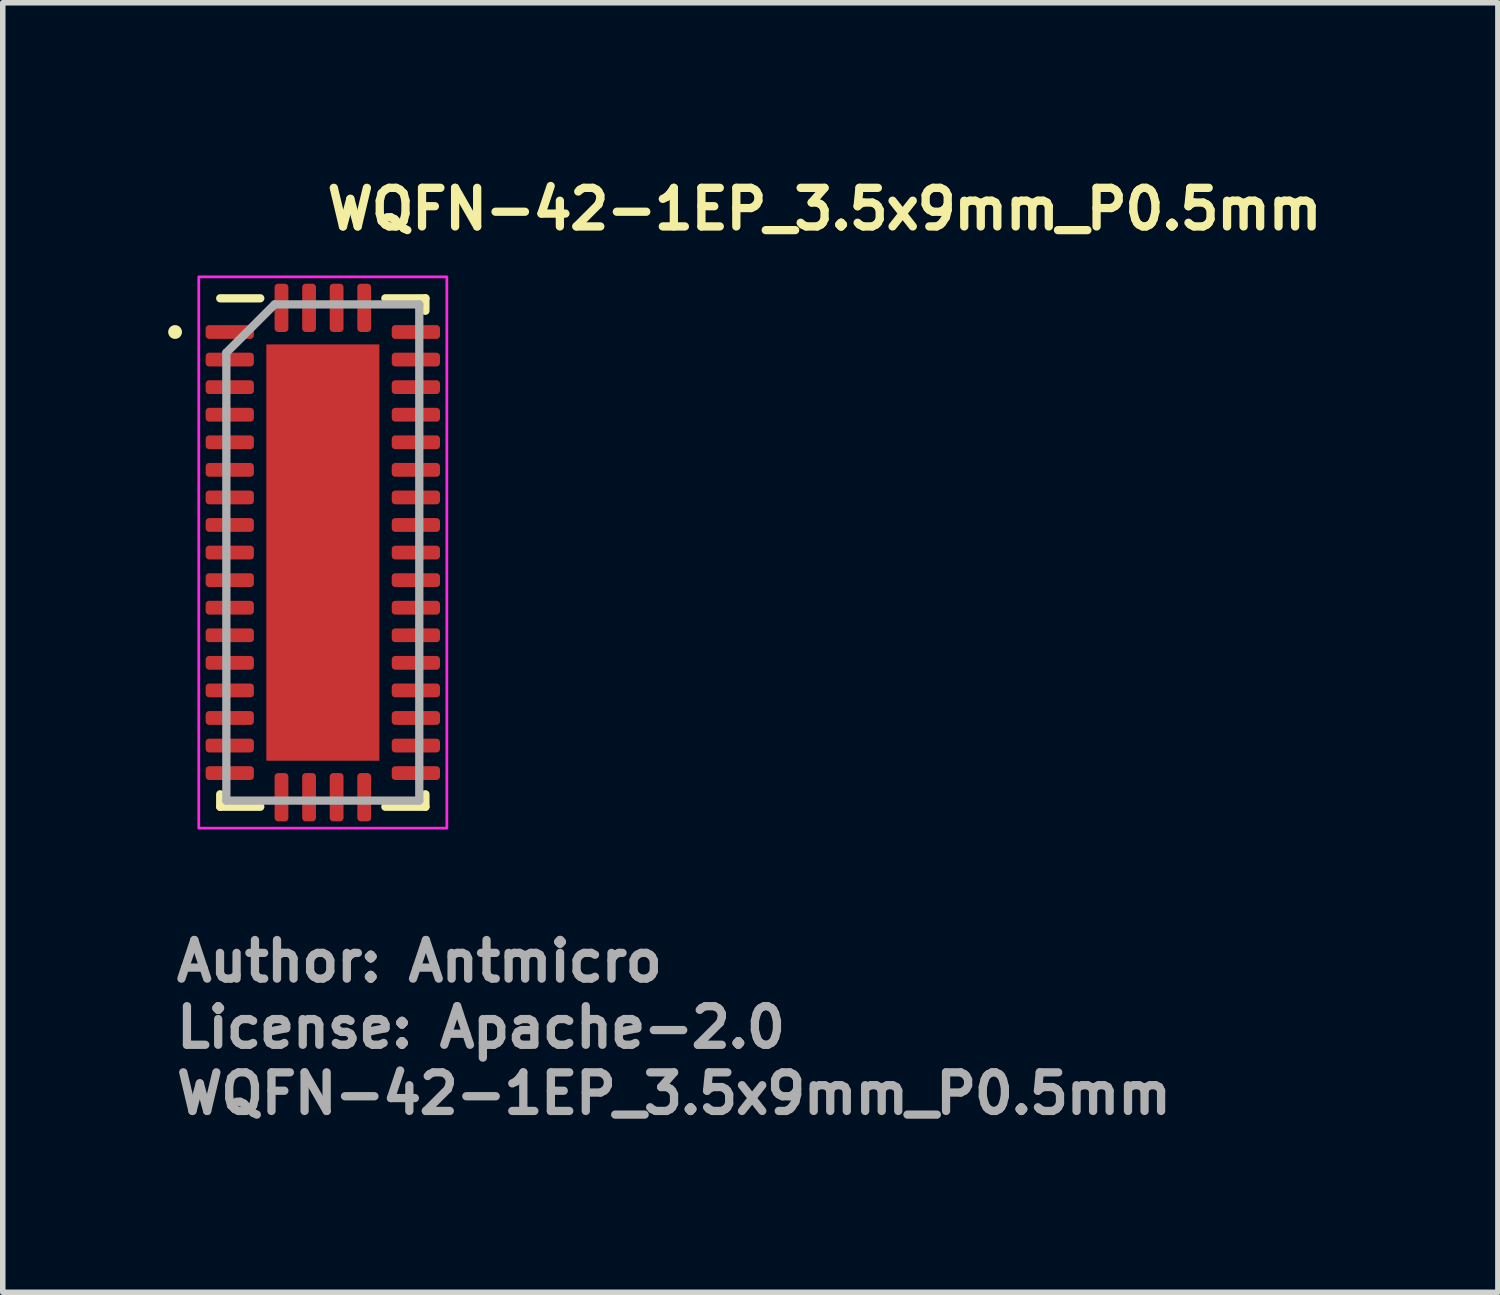
<source format=kicad_pcb>
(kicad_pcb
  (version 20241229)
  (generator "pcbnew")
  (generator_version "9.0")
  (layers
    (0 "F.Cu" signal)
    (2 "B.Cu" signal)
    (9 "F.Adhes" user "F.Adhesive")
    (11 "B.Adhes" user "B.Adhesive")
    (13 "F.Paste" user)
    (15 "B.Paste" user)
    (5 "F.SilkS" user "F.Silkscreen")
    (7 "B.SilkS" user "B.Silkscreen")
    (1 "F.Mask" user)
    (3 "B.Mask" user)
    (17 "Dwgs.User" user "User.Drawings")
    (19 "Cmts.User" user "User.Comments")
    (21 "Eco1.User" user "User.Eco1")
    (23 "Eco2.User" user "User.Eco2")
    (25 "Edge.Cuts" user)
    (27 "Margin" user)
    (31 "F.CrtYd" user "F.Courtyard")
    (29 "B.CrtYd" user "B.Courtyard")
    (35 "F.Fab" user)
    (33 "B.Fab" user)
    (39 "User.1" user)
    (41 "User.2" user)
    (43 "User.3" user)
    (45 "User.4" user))
  (footprint "WQFN-42-1EP_3.5x9mm_P0.5mm"
    (layer "F.Cu")
    (at 2.805 6.971)
    (property "Reference" "WQFN-42-1EP_3.5x9mm_P0.5mm" (at 0 -5.821 0) (layer "F.SilkS") (effects (font (size 0.7 0.7) (thickness 0.15)) (justify left bottom)))
    (attr smd)
    (fp_line (start -1.861 4.61) (end -1.861 4.384) (stroke (width 0.15) (type solid)) (layer "F.SilkS"))
    (fp_line (start -1.135 -4.611) (end -1.861 -4.611) (stroke (width 0.15) (type solid)) (layer "F.SilkS"))
    (fp_line (start -1.135 4.61) (end -1.861 4.61) (stroke (width 0.15) (type solid)) (layer "F.SilkS"))
    (fp_line (start 1.134 -4.611) (end 1.86 -4.611) (stroke (width 0.15) (type solid)) (layer "F.SilkS"))
    (fp_line (start 1.134 4.61) (end 1.86 4.61) (stroke (width 0.15) (type solid)) (layer "F.SilkS"))
    (fp_line (start 1.86 -4.611) (end 1.86 -4.385) (stroke (width 0.15) (type solid)) (layer "F.SilkS"))
    (fp_line (start 1.86 4.61) (end 1.86 4.384) (stroke (width 0.15) (type solid)) (layer "F.SilkS"))
    (fp_circle (center -2.68 -4) (end -2.63 -4) (stroke (width 0.15) (type solid)) (fill yes) (layer "F.SilkS"))
    (fp_rect (start -2.25 -5) (end 2.249 4.998) (stroke (width 0.05) (type solid)) (fill no) (layer "F.CrtYd"))
    (fp_line (start -1.75 -3.625) (end -0.875 -4.5) (stroke (width 0.15) (type solid)) (layer "F.Fab"))
    (fp_line (start -1.75 4.498) (end -1.75 -3.625) (stroke (width 0.15) (type solid)) (layer "F.Fab"))
    (fp_line (start -0.875 -4.5) (end 1.749 -4.5) (stroke (width 0.15) (type solid)) (layer "F.Fab"))
    (fp_line (start 1.749 -4.5) (end 1.749 4.498) (stroke (width 0.15) (type solid)) (layer "F.Fab"))
    (fp_line (start 1.749 4.498) (end -1.75 4.498) (stroke (width 0.15) (type solid)) (layer "F.Fab"))
    (fp_rect (start -1.75 -4.5) (end 1.749 4.498) (stroke (width 0.1) (type solid)) (fill no) (layer "User.5"))
    (fp_line (start -1.75 -4.5) (end -1.75 4.498) (stroke (width 0.02) (type solid)) (layer "User.9"))
    (fp_line (start -1.75 4.498) (end 1.749 4.498) (stroke (width 0.02) (type solid)) (layer "User.9"))
    (fp_line (start -1.45 -4.021) (end -1.45 -4.012) (stroke (width 0.02) (type solid)) (layer "User.9"))
    (fp_line (start -1.45 -4.021) (end -1.45 -4.012) (stroke (width 0.02) (type solid)) (layer "User.9"))
    (fp_line (start -1.45 -4.012) (end -1.45 -4) (stroke (width 0.02) (type solid)) (layer "User.9"))
    (fp_line (start -1.45 -4.012) (end -1.45 -4) (stroke (width 0.02) (type solid)) (layer "User.9"))
    (fp_line (start -1.45 -4) (end -1.45 -4) (stroke (width 0.02) (type solid)) (layer "User.9"))
    (fp_line (start -1.45 -4) (end -1.45 -4) (stroke (width 0.02) (type solid)) (layer "User.9"))
    (fp_line (start -1.45 -4) (end -1.45 -3.991) (stroke (width 0.02) (type solid)) (layer "User.9"))
    (fp_line (start -1.45 -4) (end -1.45 -3.991) (stroke (width 0.02) (type solid)) (layer "User.9"))
    (fp_line (start -1.45 -3.991) (end -1.45 -3.98) (stroke (width 0.02) (type solid)) (layer "User.9"))
    (fp_line (start -1.45 -3.991) (end -1.45 -3.98) (stroke (width 0.02) (type solid)) (layer "User.9"))
    (fp_line (start -1.45 -3.98) (end -1.448 -3.971) (stroke (width 0.02) (type solid)) (layer "User.9"))
    (fp_line (start -1.45 -3.98) (end -1.448 -3.971) (stroke (width 0.02) (type solid)) (layer "User.9"))
    (fp_line (start -1.448 -4.031) (end -1.45 -4.021) (stroke (width 0.02) (type solid)) (layer "User.9"))
    (fp_line (start -1.448 -4.031) (end -1.45 -4.021) (stroke (width 0.02) (type solid)) (layer "User.9"))
    (fp_line (start -1.448 -3.971) (end -1.446 -3.96) (stroke (width 0.02) (type solid)) (layer "User.9"))
    (fp_line (start -1.448 -3.971) (end -1.446 -3.96) (stroke (width 0.02) (type solid)) (layer "User.9"))
    (fp_line (start -1.446 -4.042) (end -1.448 -4.031) (stroke (width 0.02) (type solid)) (layer "User.9"))
    (fp_line (start -1.446 -4.042) (end -1.448 -4.031) (stroke (width 0.02) (type solid)) (layer "User.9"))
    (fp_line (start -1.446 -3.96) (end -1.444 -3.951) (stroke (width 0.02) (type solid)) (layer "User.9"))
    (fp_line (start -1.446 -3.96) (end -1.444 -3.951) (stroke (width 0.02) (type solid)) (layer "User.9"))
    (fp_line (start -1.444 -4.05) (end -1.446 -4.042) (stroke (width 0.02) (type solid)) (layer "User.9"))
    (fp_line (start -1.444 -4.05) (end -1.446 -4.042) (stroke (width 0.02) (type solid)) (layer "User.9"))
    (fp_line (start -1.444 -3.951) (end -1.442 -3.942) (stroke (width 0.02) (type solid)) (layer "User.9"))
    (fp_line (start -1.444 -3.951) (end -1.442 -3.942) (stroke (width 0.02) (type solid)) (layer "User.9"))
    (fp_line (start -1.442 -4.061) (end -1.444 -4.05) (stroke (width 0.02) (type solid)) (layer "User.9"))
    (fp_line (start -1.442 -4.061) (end -1.444 -4.05) (stroke (width 0.02) (type solid)) (layer "User.9"))
    (fp_line (start -1.442 -3.942) (end -1.438 -3.932) (stroke (width 0.02) (type solid)) (layer "User.9"))
    (fp_line (start -1.442 -3.942) (end -1.438 -3.932) (stroke (width 0.02) (type solid)) (layer "User.9"))
    (fp_line (start -1.438 -4.069) (end -1.442 -4.061) (stroke (width 0.02) (type solid)) (layer "User.9"))
    (fp_line (start -1.438 -4.069) (end -1.442 -4.061) (stroke (width 0.02) (type solid)) (layer "User.9"))
    (fp_line (start -1.438 -3.932) (end -1.436 -3.923) (stroke (width 0.02) (type solid)) (layer "User.9"))
    (fp_line (start -1.438 -3.932) (end -1.436 -3.923) (stroke (width 0.02) (type solid)) (layer "User.9"))
    (fp_line (start -1.436 -4.079) (end -1.438 -4.069) (stroke (width 0.02) (type solid)) (layer "User.9"))
    (fp_line (start -1.436 -4.079) (end -1.438 -4.069) (stroke (width 0.02) (type solid)) (layer "User.9"))
    (fp_line (start -1.436 -3.923) (end -1.432 -3.915) (stroke (width 0.02) (type solid)) (layer "User.9"))
    (fp_line (start -1.436 -3.923) (end -1.432 -3.915) (stroke (width 0.02) (type solid)) (layer "User.9"))
    (fp_line (start -1.432 -4.087) (end -1.436 -4.079) (stroke (width 0.02) (type solid)) (layer "User.9"))
    (fp_line (start -1.432 -4.087) (end -1.436 -4.079) (stroke (width 0.02) (type solid)) (layer "User.9"))
    (fp_line (start -1.432 -3.915) (end -1.426 -3.906) (stroke (width 0.02) (type solid)) (layer "User.9"))
    (fp_line (start -1.432 -3.915) (end -1.426 -3.906) (stroke (width 0.02) (type solid)) (layer "User.9"))
    (fp_line (start -1.426 -4.096) (end -1.432 -4.087) (stroke (width 0.02) (type solid)) (layer "User.9"))
    (fp_line (start -1.426 -4.096) (end -1.432 -4.087) (stroke (width 0.02) (type solid)) (layer "User.9"))
    (fp_line (start -1.426 -3.906) (end -1.422 -3.898) (stroke (width 0.02) (type solid)) (layer "User.9"))
    (fp_line (start -1.426 -3.906) (end -1.422 -3.898) (stroke (width 0.02) (type solid)) (layer "User.9"))
    (fp_line (start -1.422 -4.105) (end -1.426 -4.096) (stroke (width 0.02) (type solid)) (layer "User.9"))
    (fp_line (start -1.422 -4.105) (end -1.426 -4.096) (stroke (width 0.02) (type solid)) (layer "User.9"))
    (fp_line (start -1.422 -3.898) (end -1.416 -3.89) (stroke (width 0.02) (type solid)) (layer "User.9"))
    (fp_line (start -1.422 -3.898) (end -1.416 -3.89) (stroke (width 0.02) (type solid)) (layer "User.9"))
    (fp_line (start -1.416 -4.113) (end -1.422 -4.105) (stroke (width 0.02) (type solid)) (layer "User.9"))
    (fp_line (start -1.416 -4.113) (end -1.422 -4.105) (stroke (width 0.02) (type solid)) (layer "User.9"))
    (fp_line (start -1.416 -3.89) (end -1.412 -3.882) (stroke (width 0.02) (type solid)) (layer "User.9"))
    (fp_line (start -1.416 -3.89) (end -1.412 -3.882) (stroke (width 0.02) (type solid)) (layer "User.9"))
    (fp_line (start -1.412 -4.121) (end -1.416 -4.113) (stroke (width 0.02) (type solid)) (layer "User.9"))
    (fp_line (start -1.412 -4.121) (end -1.416 -4.113) (stroke (width 0.02) (type solid)) (layer "User.9"))
    (fp_line (start -1.412 -3.882) (end -1.405 -3.874) (stroke (width 0.02) (type solid)) (layer "User.9"))
    (fp_line (start -1.412 -3.882) (end -1.405 -3.874) (stroke (width 0.02) (type solid)) (layer "User.9"))
    (fp_line (start -1.405 -4.129) (end -1.412 -4.121) (stroke (width 0.02) (type solid)) (layer "User.9"))
    (fp_line (start -1.405 -4.129) (end -1.412 -4.121) (stroke (width 0.02) (type solid)) (layer "User.9"))
    (fp_line (start -1.405 -3.874) (end -1.399 -3.867) (stroke (width 0.02) (type solid)) (layer "User.9"))
    (fp_line (start -1.405 -3.874) (end -1.399 -3.867) (stroke (width 0.02) (type solid)) (layer "User.9"))
    (fp_line (start -1.399 -4.135) (end -1.405 -4.129) (stroke (width 0.02) (type solid)) (layer "User.9"))
    (fp_line (start -1.399 -4.135) (end -1.405 -4.129) (stroke (width 0.02) (type solid)) (layer "User.9"))
    (fp_line (start -1.399 -3.867) (end -1.393 -3.859) (stroke (width 0.02) (type solid)) (layer "User.9"))
    (fp_line (start -1.399 -3.867) (end -1.393 -3.859) (stroke (width 0.02) (type solid)) (layer "User.9"))
    (fp_line (start -1.393 -4.143) (end -1.399 -4.135) (stroke (width 0.02) (type solid)) (layer "User.9"))
    (fp_line (start -1.393 -4.143) (end -1.399 -4.135) (stroke (width 0.02) (type solid)) (layer "User.9"))
    (fp_line (start -1.393 -3.859) (end -1.385 -3.854) (stroke (width 0.02) (type solid)) (layer "User.9"))
    (fp_line (start -1.393 -3.859) (end -1.385 -3.854) (stroke (width 0.02) (type solid)) (layer "User.9"))
    (fp_line (start -1.385 -4.148) (end -1.393 -4.143) (stroke (width 0.02) (type solid)) (layer "User.9"))
    (fp_line (start -1.385 -4.148) (end -1.393 -4.143) (stroke (width 0.02) (type solid)) (layer "User.9"))
    (fp_line (start -1.385 -3.854) (end -1.379 -3.847) (stroke (width 0.02) (type solid)) (layer "User.9"))
    (fp_line (start -1.385 -3.854) (end -1.379 -3.847) (stroke (width 0.02) (type solid)) (layer "User.9"))
    (fp_line (start -1.379 -4.156) (end -1.385 -4.148) (stroke (width 0.02) (type solid)) (layer "User.9"))
    (fp_line (start -1.379 -4.156) (end -1.385 -4.148) (stroke (width 0.02) (type solid)) (layer "User.9"))
    (fp_line (start -1.379 -3.847) (end -1.371 -3.84) (stroke (width 0.02) (type solid)) (layer "User.9"))
    (fp_line (start -1.379 -3.847) (end -1.371 -3.84) (stroke (width 0.02) (type solid)) (layer "User.9"))
    (fp_line (start -1.371 -4.162) (end -1.379 -4.156) (stroke (width 0.02) (type solid)) (layer "User.9"))
    (fp_line (start -1.371 -4.162) (end -1.379 -4.156) (stroke (width 0.02) (type solid)) (layer "User.9"))
    (fp_line (start -1.371 -3.84) (end -1.363 -3.835) (stroke (width 0.02) (type solid)) (layer "User.9"))
    (fp_line (start -1.371 -3.84) (end -1.363 -3.835) (stroke (width 0.02) (type solid)) (layer "User.9"))
    (fp_line (start -1.363 -4.167) (end -1.371 -4.162) (stroke (width 0.02) (type solid)) (layer "User.9"))
    (fp_line (start -1.363 -4.167) (end -1.371 -4.162) (stroke (width 0.02) (type solid)) (layer "User.9"))
    (fp_line (start -1.363 -3.835) (end -1.355 -3.83) (stroke (width 0.02) (type solid)) (layer "User.9"))
    (fp_line (start -1.363 -3.835) (end -1.355 -3.83) (stroke (width 0.02) (type solid)) (layer "User.9"))
    (fp_line (start -1.355 -4.172) (end -1.363 -4.167) (stroke (width 0.02) (type solid)) (layer "User.9"))
    (fp_line (start -1.355 -4.172) (end -1.363 -4.167) (stroke (width 0.02) (type solid)) (layer "User.9"))
    (fp_line (start -1.355 -3.83) (end -1.347 -3.826) (stroke (width 0.02) (type solid)) (layer "User.9"))
    (fp_line (start -1.355 -3.83) (end -1.347 -3.826) (stroke (width 0.02) (type solid)) (layer "User.9"))
    (fp_line (start -1.347 -4.177) (end -1.355 -4.172) (stroke (width 0.02) (type solid)) (layer "User.9"))
    (fp_line (start -1.347 -4.177) (end -1.355 -4.172) (stroke (width 0.02) (type solid)) (layer "User.9"))
    (fp_line (start -1.347 -3.826) (end -1.337 -3.821) (stroke (width 0.02) (type solid)) (layer "User.9"))
    (fp_line (start -1.347 -3.826) (end -1.337 -3.821) (stroke (width 0.02) (type solid)) (layer "User.9"))
    (fp_line (start -1.337 -4.181) (end -1.347 -4.177) (stroke (width 0.02) (type solid)) (layer "User.9"))
    (fp_line (start -1.337 -4.181) (end -1.347 -4.177) (stroke (width 0.02) (type solid)) (layer "User.9"))
    (fp_line (start -1.337 -3.821) (end -1.329 -3.817) (stroke (width 0.02) (type solid)) (layer "User.9"))
    (fp_line (start -1.337 -3.821) (end -1.329 -3.817) (stroke (width 0.02) (type solid)) (layer "User.9"))
    (fp_line (start -1.329 -4.186) (end -1.337 -4.181) (stroke (width 0.02) (type solid)) (layer "User.9"))
    (fp_line (start -1.329 -4.186) (end -1.337 -4.181) (stroke (width 0.02) (type solid)) (layer "User.9"))
    (fp_line (start -1.329 -3.817) (end -1.319 -3.814) (stroke (width 0.02) (type solid)) (layer "User.9"))
    (fp_line (start -1.329 -3.817) (end -1.319 -3.814) (stroke (width 0.02) (type solid)) (layer "User.9"))
    (fp_line (start -1.319 -4.188) (end -1.329 -4.186) (stroke (width 0.02) (type solid)) (layer "User.9"))
    (fp_line (start -1.319 -4.188) (end -1.329 -4.186) (stroke (width 0.02) (type solid)) (layer "User.9"))
    (fp_line (start -1.319 -3.814) (end -1.311 -3.81) (stroke (width 0.02) (type solid)) (layer "User.9"))
    (fp_line (start -1.319 -3.814) (end -1.311 -3.81) (stroke (width 0.02) (type solid)) (layer "User.9"))
    (fp_line (start -1.311 -4.191) (end -1.319 -4.188) (stroke (width 0.02) (type solid)) (layer "User.9"))
    (fp_line (start -1.311 -4.191) (end -1.319 -4.188) (stroke (width 0.02) (type solid)) (layer "User.9"))
    (fp_line (start -1.311 -3.81) (end -1.301 -3.807) (stroke (width 0.02) (type solid)) (layer "User.9"))
    (fp_line (start -1.311 -3.81) (end -1.301 -3.807) (stroke (width 0.02) (type solid)) (layer "User.9"))
    (fp_line (start -1.301 -4.194) (end -1.311 -4.191) (stroke (width 0.02) (type solid)) (layer "User.9"))
    (fp_line (start -1.301 -4.194) (end -1.311 -4.191) (stroke (width 0.02) (type solid)) (layer "User.9"))
    (fp_line (start -1.301 -3.807) (end -1.291 -3.806) (stroke (width 0.02) (type solid)) (layer "User.9"))
    (fp_line (start -1.301 -3.807) (end -1.291 -3.806) (stroke (width 0.02) (type solid)) (layer "User.9"))
    (fp_line (start -1.291 -4.196) (end -1.301 -4.194) (stroke (width 0.02) (type solid)) (layer "User.9"))
    (fp_line (start -1.291 -4.196) (end -1.301 -4.194) (stroke (width 0.02) (type solid)) (layer "User.9"))
    (fp_line (start -1.291 -3.806) (end -1.281 -3.803) (stroke (width 0.02) (type solid)) (layer "User.9"))
    (fp_line (start -1.291 -3.806) (end -1.281 -3.803) (stroke (width 0.02) (type solid)) (layer "User.9"))
    (fp_line (start -1.281 -4.199) (end -1.291 -4.196) (stroke (width 0.02) (type solid)) (layer "User.9"))
    (fp_line (start -1.281 -4.199) (end -1.291 -4.196) (stroke (width 0.02) (type solid)) (layer "User.9"))
    (fp_line (start -1.281 -3.803) (end -1.272 -3.802) (stroke (width 0.02) (type solid)) (layer "User.9"))
    (fp_line (start -1.281 -3.803) (end -1.272 -3.802) (stroke (width 0.02) (type solid)) (layer "User.9"))
    (fp_line (start -1.272 -4.199) (end -1.281 -4.199) (stroke (width 0.02) (type solid)) (layer "User.9"))
    (fp_line (start -1.272 -4.199) (end -1.281 -4.199) (stroke (width 0.02) (type solid)) (layer "User.9"))
    (fp_line (start -1.272 -3.802) (end -1.262 -3.802) (stroke (width 0.02) (type solid)) (layer "User.9"))
    (fp_line (start -1.272 -3.802) (end -1.262 -3.802) (stroke (width 0.02) (type solid)) (layer "User.9"))
    (fp_line (start -1.262 -4.201) (end -1.272 -4.199) (stroke (width 0.02) (type solid)) (layer "User.9"))
    (fp_line (start -1.262 -4.201) (end -1.272 -4.199) (stroke (width 0.02) (type solid)) (layer "User.9"))
    (fp_line (start -1.262 -3.802) (end -1.25 -3.801) (stroke (width 0.02) (type solid)) (layer "User.9"))
    (fp_line (start -1.262 -3.802) (end -1.25 -3.801) (stroke (width 0.02) (type solid)) (layer "User.9"))
    (fp_line (start -1.25 -4.202) (end -1.262 -4.201) (stroke (width 0.02) (type solid)) (layer "User.9"))
    (fp_line (start -1.25 -4.202) (end -1.262 -4.201) (stroke (width 0.02) (type solid)) (layer "User.9"))
    (fp_line (start -1.25 -3.801) (end -1.24 -3.802) (stroke (width 0.02) (type solid)) (layer "User.9"))
    (fp_line (start -1.25 -3.801) (end -1.24 -3.802) (stroke (width 0.02) (type solid)) (layer "User.9"))
    (fp_line (start -1.24 -4.201) (end -1.252 -4.202) (stroke (width 0.02) (type solid)) (layer "User.9"))
    (fp_line (start -1.24 -4.201) (end -1.252 -4.202) (stroke (width 0.02) (type solid)) (layer "User.9"))
    (fp_line (start -1.24 -3.802) (end -1.23 -3.802) (stroke (width 0.02) (type solid)) (layer "User.9"))
    (fp_line (start -1.24 -3.802) (end -1.23 -3.802) (stroke (width 0.02) (type solid)) (layer "User.9"))
    (fp_line (start -1.23 -4.199) (end -1.24 -4.201) (stroke (width 0.02) (type solid)) (layer "User.9"))
    (fp_line (start -1.23 -4.199) (end -1.24 -4.201) (stroke (width 0.02) (type solid)) (layer "User.9"))
    (fp_line (start -1.23 -3.802) (end -1.22 -3.803) (stroke (width 0.02) (type solid)) (layer "User.9"))
    (fp_line (start -1.23 -3.802) (end -1.22 -3.803) (stroke (width 0.02) (type solid)) (layer "User.9"))
    (fp_line (start -1.22 -4.199) (end -1.23 -4.199) (stroke (width 0.02) (type solid)) (layer "User.9"))
    (fp_line (start -1.22 -4.199) (end -1.23 -4.199) (stroke (width 0.02) (type solid)) (layer "User.9"))
    (fp_line (start -1.22 -3.803) (end -1.21 -3.806) (stroke (width 0.02) (type solid)) (layer "User.9"))
    (fp_line (start -1.22 -3.803) (end -1.21 -3.806) (stroke (width 0.02) (type solid)) (layer "User.9"))
    (fp_line (start -1.21 -4.196) (end -1.22 -4.199) (stroke (width 0.02) (type solid)) (layer "User.9"))
    (fp_line (start -1.21 -4.196) (end -1.22 -4.199) (stroke (width 0.02) (type solid)) (layer "User.9"))
    (fp_line (start -1.21 -3.806) (end -1.202 -3.807) (stroke (width 0.02) (type solid)) (layer "User.9"))
    (fp_line (start -1.21 -3.806) (end -1.202 -3.807) (stroke (width 0.02) (type solid)) (layer "User.9"))
    (fp_line (start -1.202 -4.194) (end -1.21 -4.196) (stroke (width 0.02) (type solid)) (layer "User.9"))
    (fp_line (start -1.202 -4.194) (end -1.21 -4.196) (stroke (width 0.02) (type solid)) (layer "User.9"))
    (fp_line (start -1.202 -3.807) (end -1.192 -3.81) (stroke (width 0.02) (type solid)) (layer "User.9"))
    (fp_line (start -1.202 -3.807) (end -1.192 -3.81) (stroke (width 0.02) (type solid)) (layer "User.9"))
    (fp_line (start -1.192 -4.191) (end -1.202 -4.194) (stroke (width 0.02) (type solid)) (layer "User.9"))
    (fp_line (start -1.192 -4.191) (end -1.202 -4.194) (stroke (width 0.02) (type solid)) (layer "User.9"))
    (fp_line (start -1.192 -3.81) (end -1.182 -3.814) (stroke (width 0.02) (type solid)) (layer "User.9"))
    (fp_line (start -1.192 -3.81) (end -1.182 -3.814) (stroke (width 0.02) (type solid)) (layer "User.9"))
    (fp_line (start -1.182 -4.188) (end -1.192 -4.191) (stroke (width 0.02) (type solid)) (layer "User.9"))
    (fp_line (start -1.182 -4.188) (end -1.192 -4.191) (stroke (width 0.02) (type solid)) (layer "User.9"))
    (fp_line (start -1.182 -3.814) (end -1.174 -3.817) (stroke (width 0.02) (type solid)) (layer "User.9"))
    (fp_line (start -1.182 -3.814) (end -1.174 -3.817) (stroke (width 0.02) (type solid)) (layer "User.9"))
    (fp_line (start -1.174 -4.186) (end -1.182 -4.188) (stroke (width 0.02) (type solid)) (layer "User.9"))
    (fp_line (start -1.174 -4.186) (end -1.182 -4.188) (stroke (width 0.02) (type solid)) (layer "User.9"))
    (fp_line (start -1.174 -3.817) (end -1.164 -3.821) (stroke (width 0.02) (type solid)) (layer "User.9"))
    (fp_line (start -1.174 -3.817) (end -1.164 -3.821) (stroke (width 0.02) (type solid)) (layer "User.9"))
    (fp_line (start -1.164 -4.181) (end -1.174 -4.186) (stroke (width 0.02) (type solid)) (layer "User.9"))
    (fp_line (start -1.164 -4.181) (end -1.174 -4.186) (stroke (width 0.02) (type solid)) (layer "User.9"))
    (fp_line (start -1.164 -3.821) (end -1.156 -3.826) (stroke (width 0.02) (type solid)) (layer "User.9"))
    (fp_line (start -1.164 -3.821) (end -1.156 -3.826) (stroke (width 0.02) (type solid)) (layer "User.9"))
    (fp_line (start -1.156 -4.177) (end -1.164 -4.181) (stroke (width 0.02) (type solid)) (layer "User.9"))
    (fp_line (start -1.156 -4.177) (end -1.164 -4.181) (stroke (width 0.02) (type solid)) (layer "User.9"))
    (fp_line (start -1.156 -3.826) (end -1.147 -3.83) (stroke (width 0.02) (type solid)) (layer "User.9"))
    (fp_line (start -1.156 -3.826) (end -1.147 -3.83) (stroke (width 0.02) (type solid)) (layer "User.9"))
    (fp_line (start -1.147 -4.172) (end -1.156 -4.177) (stroke (width 0.02) (type solid)) (layer "User.9"))
    (fp_line (start -1.147 -4.172) (end -1.156 -4.177) (stroke (width 0.02) (type solid)) (layer "User.9"))
    (fp_line (start -1.147 -3.83) (end -1.139 -3.835) (stroke (width 0.02) (type solid)) (layer "User.9"))
    (fp_line (start -1.147 -3.83) (end -1.139 -3.835) (stroke (width 0.02) (type solid)) (layer "User.9"))
    (fp_line (start -1.139 -4.167) (end -1.147 -4.172) (stroke (width 0.02) (type solid)) (layer "User.9"))
    (fp_line (start -1.139 -4.167) (end -1.147 -4.172) (stroke (width 0.02) (type solid)) (layer "User.9"))
    (fp_line (start -1.139 -3.835) (end -1.131 -3.84) (stroke (width 0.02) (type solid)) (layer "User.9"))
    (fp_line (start -1.139 -3.835) (end -1.131 -3.84) (stroke (width 0.02) (type solid)) (layer "User.9"))
    (fp_line (start -1.131 -4.162) (end -1.139 -4.167) (stroke (width 0.02) (type solid)) (layer "User.9"))
    (fp_line (start -1.131 -4.162) (end -1.139 -4.167) (stroke (width 0.02) (type solid)) (layer "User.9"))
    (fp_line (start -1.131 -3.84) (end -1.123 -3.847) (stroke (width 0.02) (type solid)) (layer "User.9"))
    (fp_line (start -1.131 -3.84) (end -1.123 -3.847) (stroke (width 0.02) (type solid)) (layer "User.9"))
    (fp_line (start -1.123 -4.156) (end -1.131 -4.162) (stroke (width 0.02) (type solid)) (layer "User.9"))
    (fp_line (start -1.123 -4.156) (end -1.131 -4.162) (stroke (width 0.02) (type solid)) (layer "User.9"))
    (fp_line (start -1.123 -3.847) (end -1.117 -3.854) (stroke (width 0.02) (type solid)) (layer "User.9"))
    (fp_line (start -1.123 -3.847) (end -1.117 -3.854) (stroke (width 0.02) (type solid)) (layer "User.9"))
    (fp_line (start -1.117 -4.148) (end -1.123 -4.156) (stroke (width 0.02) (type solid)) (layer "User.9"))
    (fp_line (start -1.117 -4.148) (end -1.123 -4.156) (stroke (width 0.02) (type solid)) (layer "User.9"))
    (fp_line (start -1.117 -3.854) (end -1.109 -3.859) (stroke (width 0.02) (type solid)) (layer "User.9"))
    (fp_line (start -1.117 -3.854) (end -1.109 -3.859) (stroke (width 0.02) (type solid)) (layer "User.9"))
    (fp_line (start -1.109 -4.143) (end -1.117 -4.148) (stroke (width 0.02) (type solid)) (layer "User.9"))
    (fp_line (start -1.109 -4.143) (end -1.117 -4.148) (stroke (width 0.02) (type solid)) (layer "User.9"))
    (fp_line (start -1.109 -3.859) (end -1.103 -3.867) (stroke (width 0.02) (type solid)) (layer "User.9"))
    (fp_line (start -1.109 -3.859) (end -1.103 -3.867) (stroke (width 0.02) (type solid)) (layer "User.9"))
    (fp_line (start -1.103 -4.135) (end -1.109 -4.143) (stroke (width 0.02) (type solid)) (layer "User.9"))
    (fp_line (start -1.103 -4.135) (end -1.109 -4.143) (stroke (width 0.02) (type solid)) (layer "User.9"))
    (fp_line (start -1.103 -3.867) (end -1.097 -3.874) (stroke (width 0.02) (type solid)) (layer "User.9"))
    (fp_line (start -1.103 -3.867) (end -1.097 -3.874) (stroke (width 0.02) (type solid)) (layer "User.9"))
    (fp_line (start -1.097 -4.129) (end -1.103 -4.135) (stroke (width 0.02) (type solid)) (layer "User.9"))
    (fp_line (start -1.097 -4.129) (end -1.103 -4.135) (stroke (width 0.02) (type solid)) (layer "User.9"))
    (fp_line (start -1.097 -3.874) (end -1.091 -3.882) (stroke (width 0.02) (type solid)) (layer "User.9"))
    (fp_line (start -1.097 -3.874) (end -1.091 -3.882) (stroke (width 0.02) (type solid)) (layer "User.9"))
    (fp_line (start -1.091 -4.121) (end -1.097 -4.129) (stroke (width 0.02) (type solid)) (layer "User.9"))
    (fp_line (start -1.091 -4.121) (end -1.097 -4.129) (stroke (width 0.02) (type solid)) (layer "User.9"))
    (fp_line (start -1.091 -3.882) (end -1.085 -3.89) (stroke (width 0.02) (type solid)) (layer "User.9"))
    (fp_line (start -1.091 -3.882) (end -1.085 -3.89) (stroke (width 0.02) (type solid)) (layer "User.9"))
    (fp_line (start -1.085 -4.113) (end -1.091 -4.121) (stroke (width 0.02) (type solid)) (layer "User.9"))
    (fp_line (start -1.085 -4.113) (end -1.091 -4.121) (stroke (width 0.02) (type solid)) (layer "User.9"))
    (fp_line (start -1.085 -3.89) (end -1.081 -3.898) (stroke (width 0.02) (type solid)) (layer "User.9"))
    (fp_line (start -1.085 -3.89) (end -1.081 -3.898) (stroke (width 0.02) (type solid)) (layer "User.9"))
    (fp_line (start -1.081 -4.105) (end -1.085 -4.113) (stroke (width 0.02) (type solid)) (layer "User.9"))
    (fp_line (start -1.081 -4.105) (end -1.085 -4.113) (stroke (width 0.02) (type solid)) (layer "User.9"))
    (fp_line (start -1.081 -3.898) (end -1.075 -3.906) (stroke (width 0.02) (type solid)) (layer "User.9"))
    (fp_line (start -1.081 -3.898) (end -1.075 -3.906) (stroke (width 0.02) (type solid)) (layer "User.9"))
    (fp_line (start -1.075 -4.096) (end -1.081 -4.105) (stroke (width 0.02) (type solid)) (layer "User.9"))
    (fp_line (start -1.075 -4.096) (end -1.081 -4.105) (stroke (width 0.02) (type solid)) (layer "User.9"))
    (fp_line (start -1.075 -3.906) (end -1.071 -3.915) (stroke (width 0.02) (type solid)) (layer "User.9"))
    (fp_line (start -1.075 -3.906) (end -1.071 -3.915) (stroke (width 0.02) (type solid)) (layer "User.9"))
    (fp_line (start -1.071 -4.087) (end -1.075 -4.096) (stroke (width 0.02) (type solid)) (layer "User.9"))
    (fp_line (start -1.071 -4.087) (end -1.075 -4.096) (stroke (width 0.02) (type solid)) (layer "User.9"))
    (fp_line (start -1.071 -3.915) (end -1.067 -3.923) (stroke (width 0.02) (type solid)) (layer "User.9"))
    (fp_line (start -1.071 -3.915) (end -1.067 -3.923) (stroke (width 0.02) (type solid)) (layer "User.9"))
    (fp_line (start -1.067 -4.079) (end -1.071 -4.087) (stroke (width 0.02) (type solid)) (layer "User.9"))
    (fp_line (start -1.067 -4.079) (end -1.071 -4.087) (stroke (width 0.02) (type solid)) (layer "User.9"))
    (fp_line (start -1.067 -3.923) (end -1.063 -3.932) (stroke (width 0.02) (type solid)) (layer "User.9"))
    (fp_line (start -1.067 -3.923) (end -1.063 -3.932) (stroke (width 0.02) (type solid)) (layer "User.9"))
    (fp_line (start -1.063 -4.069) (end -1.067 -4.079) (stroke (width 0.02) (type solid)) (layer "User.9"))
    (fp_line (start -1.063 -4.069) (end -1.067 -4.079) (stroke (width 0.02) (type solid)) (layer "User.9"))
    (fp_line (start -1.063 -3.932) (end -1.061 -3.942) (stroke (width 0.02) (type solid)) (layer "User.9"))
    (fp_line (start -1.063 -3.932) (end -1.061 -3.942) (stroke (width 0.02) (type solid)) (layer "User.9"))
    (fp_line (start -1.061 -4.061) (end -1.063 -4.069) (stroke (width 0.02) (type solid)) (layer "User.9"))
    (fp_line (start -1.061 -4.061) (end -1.063 -4.069) (stroke (width 0.02) (type solid)) (layer "User.9"))
    (fp_line (start -1.061 -3.942) (end -1.057 -3.951) (stroke (width 0.02) (type solid)) (layer "User.9"))
    (fp_line (start -1.061 -3.942) (end -1.057 -3.951) (stroke (width 0.02) (type solid)) (layer "User.9"))
    (fp_line (start -1.057 -4.05) (end -1.061 -4.061) (stroke (width 0.02) (type solid)) (layer "User.9"))
    (fp_line (start -1.057 -4.05) (end -1.061 -4.061) (stroke (width 0.02) (type solid)) (layer "User.9"))
    (fp_line (start -1.057 -3.951) (end -1.055 -3.96) (stroke (width 0.02) (type solid)) (layer "User.9"))
    (fp_line (start -1.057 -3.951) (end -1.055 -3.96) (stroke (width 0.02) (type solid)) (layer "User.9"))
    (fp_line (start -1.055 -4.042) (end -1.057 -4.05) (stroke (width 0.02) (type solid)) (layer "User.9"))
    (fp_line (start -1.055 -4.042) (end -1.057 -4.05) (stroke (width 0.02) (type solid)) (layer "User.9"))
    (fp_line (start -1.055 -3.96) (end -1.053 -3.971) (stroke (width 0.02) (type solid)) (layer "User.9"))
    (fp_line (start -1.055 -3.96) (end -1.053 -3.971) (stroke (width 0.02) (type solid)) (layer "User.9"))
    (fp_line (start -1.053 -4.031) (end -1.055 -4.042) (stroke (width 0.02) (type solid)) (layer "User.9"))
    (fp_line (start -1.053 -4.031) (end -1.055 -4.042) (stroke (width 0.02) (type solid)) (layer "User.9"))
    (fp_line (start -1.053 -4.021) (end -1.053 -4.031) (stroke (width 0.02) (type solid)) (layer "User.9"))
    (fp_line (start -1.053 -4.021) (end -1.053 -4.031) (stroke (width 0.02) (type solid)) (layer "User.9"))
    (fp_line (start -1.053 -3.98) (end -1.051 -3.991) (stroke (width 0.02) (type solid)) (layer "User.9"))
    (fp_line (start -1.053 -3.98) (end -1.051 -3.991) (stroke (width 0.02) (type solid)) (layer "User.9"))
    (fp_line (start -1.053 -3.971) (end -1.053 -3.98) (stroke (width 0.02) (type solid)) (layer "User.9"))
    (fp_line (start -1.053 -3.971) (end -1.053 -3.98) (stroke (width 0.02) (type solid)) (layer "User.9"))
    (fp_line (start -1.051 -4.012) (end -1.053 -4.021) (stroke (width 0.02) (type solid)) (layer "User.9"))
    (fp_line (start -1.051 -4.012) (end -1.053 -4.021) (stroke (width 0.02) (type solid)) (layer "User.9"))
    (fp_line (start -1.051 -4.002) (end -1.051 -4.012) (stroke (width 0.02) (type solid)) (layer "User.9"))
    (fp_line (start -1.051 -4.002) (end -1.051 -4.012) (stroke (width 0.02) (type solid)) (layer "User.9"))
    (fp_line (start -1.051 -4.002) (end -1.051 -4.002) (stroke (width 0.02) (type solid)) (layer "User.9"))
    (fp_line (start -1.051 -4.002) (end -1.051 -4.002) (stroke (width 0.02) (type solid)) (layer "User.9"))
    (fp_line (start -1.051 -3.991) (end -1.051 -4.002) (stroke (width 0.02) (type solid)) (layer "User.9"))
    (fp_line (start -1.051 -3.991) (end -1.051 -4.002) (stroke (width 0.02) (type solid)) (layer "User.9"))
    (fp_line (start 1.749 -4.5) (end -1.75 -4.5) (stroke (width 0.02) (type solid)) (layer "User.9"))
    (fp_line (start 1.749 4.498) (end 1.749 -4.5) (stroke (width 0.02) (type solid)) (layer "User.9"))
    (fp_text user "License: Apache-2.0" (at -2.73 9.02 0) (layer "F.Fab") (effects (font (size 0.7 0.7) (thickness 0.15)) (justify left bottom)))
    (fp_text user "${REFERENCE}" (at -2.73 10.22 0) (layer "F.Fab") (effects (font (size 0.7 0.7) (thickness 0.15)) (justify left bottom)))
    (fp_text user "Author: Antmicro" (at -2.73 7.82 0) (layer "F.Fab") (effects (font (size 0.7 0.7) (thickness 0.15)) (justify left bottom)))
    (pad "" smd roundrect (at -0.51 -3.242) (size 0.83 0.87) (layers "F.Paste") (roundrect_rratio 0.25))
    (pad "" smd roundrect (at -0.51 -2.161) (size 0.83 0.87) (layers "F.Paste") (roundrect_rratio 0.25))
    (pad "" smd roundrect (at -0.51 -1.081) (size 0.83 0.87) (layers "F.Paste") (roundrect_rratio 0.25))
    (pad "" smd roundrect (at -0.51 0) (size 0.83 0.87) (layers "F.Paste") (roundrect_rratio 0.25))
    (pad "" smd roundrect (at -0.51 1.08) (size 0.83 0.87) (layers "F.Paste") (roundrect_rratio 0.25))
    (pad "" smd roundrect (at -0.51 2.16) (size 0.83 0.87) (layers "F.Paste") (roundrect_rratio 0.25))
    (pad "" smd roundrect (at -0.51 3.24) (size 0.83 0.87) (layers "F.Paste") (roundrect_rratio 0.25))
    (pad "" smd roundrect (at 0.508 -3.242) (size 0.83 0.87) (layers "F.Paste") (roundrect_rratio 0.25))
    (pad "" smd roundrect (at 0.508 -2.161) (size 0.83 0.87) (layers "F.Paste") (roundrect_rratio 0.25))
    (pad "" smd roundrect (at 0.508 -1.081) (size 0.83 0.87) (layers "F.Paste") (roundrect_rratio 0.25))
    (pad "" smd roundrect (at 0.508 0) (size 0.83 0.87) (layers "F.Paste") (roundrect_rratio 0.25))
    (pad "" smd roundrect (at 0.508 1.08) (size 0.83 0.87) (layers "F.Paste") (roundrect_rratio 0.25))
    (pad "" smd roundrect (at 0.508 2.16) (size 0.83 0.87) (layers "F.Paste") (roundrect_rratio 0.25))
    (pad "" smd roundrect (at 0.508 3.24) (size 0.83 0.87) (layers "F.Paste") (roundrect_rratio 0.25))
    (pad "1" smd roundrect (at -1.688 -4) (size 0.875 0.25) (layers "F.Cu" "F.Mask" "F.Paste") (roundrect_rratio 0.25))
    (pad "2" smd roundrect (at -1.688 -3.5) (size 0.875 0.25) (layers "F.Cu" "F.Mask" "F.Paste") (roundrect_rratio 0.25))
    (pad "3" smd roundrect (at -1.688 -3) (size 0.875 0.25) (layers "F.Cu" "F.Mask" "F.Paste") (roundrect_rratio 0.25))
    (pad "4" smd roundrect (at -1.688 -2.5) (size 0.875 0.25) (layers "F.Cu" "F.Mask" "F.Paste") (roundrect_rratio 0.25))
    (pad "5" smd roundrect (at -1.688 -2) (size 0.875 0.25) (layers "F.Cu" "F.Mask" "F.Paste") (roundrect_rratio 0.25))
    (pad "6" smd roundrect (at -1.688 -1.5) (size 0.875 0.25) (layers "F.Cu" "F.Mask" "F.Paste") (roundrect_rratio 0.25))
    (pad "7" smd roundrect (at -1.688 -1) (size 0.875 0.25) (layers "F.Cu" "F.Mask" "F.Paste") (roundrect_rratio 0.25))
    (pad "8" smd roundrect (at -1.688 -0.5) (size 0.875 0.25) (layers "F.Cu" "F.Mask" "F.Paste") (roundrect_rratio 0.25))
    (pad "9" smd roundrect (at -1.688 0) (size 0.875 0.25) (layers "F.Cu" "F.Mask" "F.Paste") (roundrect_rratio 0.25))
    (pad "10" smd roundrect (at -1.688 0.5) (size 0.875 0.25) (layers "F.Cu" "F.Mask" "F.Paste") (roundrect_rratio 0.25))
    (pad "11" smd roundrect (at -1.688 1) (size 0.875 0.25) (layers "F.Cu" "F.Mask" "F.Paste") (roundrect_rratio 0.25))
    (pad "12" smd roundrect (at -1.688 1.5) (size 0.875 0.25) (layers "F.Cu" "F.Mask" "F.Paste") (roundrect_rratio 0.25))
    (pad "13" smd roundrect (at -1.688 2) (size 0.875 0.25) (layers "F.Cu" "F.Mask" "F.Paste") (roundrect_rratio 0.25))
    (pad "14" smd roundrect (at -1.688 2.5) (size 0.875 0.25) (layers "F.Cu" "F.Mask" "F.Paste") (roundrect_rratio 0.25))
    (pad "15" smd roundrect (at -1.688 3) (size 0.875 0.25) (layers "F.Cu" "F.Mask" "F.Paste") (roundrect_rratio 0.25))
    (pad "16" smd roundrect (at -1.688 3.5) (size 0.875 0.25) (layers "F.Cu" "F.Mask" "F.Paste") (roundrect_rratio 0.25))
    (pad "17" smd roundrect (at -1.688 4) (size 0.875 0.25) (layers "F.Cu" "F.Mask" "F.Paste") (roundrect_rratio 0.25))
    (pad "18" smd roundrect (at -0.75 4.437) (size 0.25 0.875) (layers "F.Cu" "F.Mask" "F.Paste") (roundrect_rratio 0.25))
    (pad "19" smd roundrect (at -0.25 4.437) (size 0.25 0.875) (layers "F.Cu" "F.Mask" "F.Paste") (roundrect_rratio 0.25))
    (pad "20" smd roundrect (at 0.25 4.437) (size 0.25 0.875) (layers "F.Cu" "F.Mask" "F.Paste") (roundrect_rratio 0.25))
    (pad "21" smd roundrect (at 0.75 4.437) (size 0.25 0.875) (layers "F.Cu" "F.Mask" "F.Paste") (roundrect_rratio 0.25))
    (pad "22" smd roundrect (at 1.687 4) (size 0.875 0.25) (layers "F.Cu" "F.Mask" "F.Paste") (roundrect_rratio 0.25))
    (pad "23" smd roundrect (at 1.687 3.5) (size 0.875 0.25) (layers "F.Cu" "F.Mask" "F.Paste") (roundrect_rratio 0.25))
    (pad "24" smd roundrect (at 1.687 3) (size 0.875 0.25) (layers "F.Cu" "F.Mask" "F.Paste") (roundrect_rratio 0.25))
    (pad "25" smd roundrect (at 1.687 2.5) (size 0.875 0.25) (layers "F.Cu" "F.Mask" "F.Paste") (roundrect_rratio 0.25))
    (pad "26" smd roundrect (at 1.687 2) (size 0.875 0.25) (layers "F.Cu" "F.Mask" "F.Paste") (roundrect_rratio 0.25))
    (pad "27" smd roundrect (at 1.687 1.5) (size 0.875 0.25) (layers "F.Cu" "F.Mask" "F.Paste") (roundrect_rratio 0.25))
    (pad "28" smd roundrect (at 1.687 1) (size 0.875 0.25) (layers "F.Cu" "F.Mask" "F.Paste") (roundrect_rratio 0.25))
    (pad "29" smd roundrect (at 1.687 0.5) (size 0.875 0.25) (layers "F.Cu" "F.Mask" "F.Paste") (roundrect_rratio 0.25))
    (pad "30" smd roundrect (at 1.687 0) (size 0.875 0.25) (layers "F.Cu" "F.Mask" "F.Paste") (roundrect_rratio 0.25))
    (pad "31" smd roundrect (at 1.687 -0.5) (size 0.875 0.25) (layers "F.Cu" "F.Mask" "F.Paste") (roundrect_rratio 0.25))
    (pad "32" smd roundrect (at 1.687 -1) (size 0.875 0.25) (layers "F.Cu" "F.Mask" "F.Paste") (roundrect_rratio 0.25))
    (pad "33" smd roundrect (at 1.687 -1.5) (size 0.875 0.25) (layers "F.Cu" "F.Mask" "F.Paste") (roundrect_rratio 0.25))
    (pad "34" smd roundrect (at 1.687 -2) (size 0.875 0.25) (layers "F.Cu" "F.Mask" "F.Paste") (roundrect_rratio 0.25))
    (pad "35" smd roundrect (at 1.687 -2.5) (size 0.875 0.25) (layers "F.Cu" "F.Mask" "F.Paste") (roundrect_rratio 0.25))
    (pad "36" smd roundrect (at 1.687 -3) (size 0.875 0.25) (layers "F.Cu" "F.Mask" "F.Paste") (roundrect_rratio 0.25))
    (pad "37" smd roundrect (at 1.687 -3.5) (size 0.875 0.25) (layers "F.Cu" "F.Mask" "F.Paste") (roundrect_rratio 0.25))
    (pad "38" smd roundrect (at 1.687 -4) (size 0.875 0.25) (layers "F.Cu" "F.Mask" "F.Paste") (roundrect_rratio 0.25))
    (pad "39" smd roundrect (at 0.75 -4.438) (size 0.25 0.875) (layers "F.Cu" "F.Mask" "F.Paste") (roundrect_rratio 0.25))
    (pad "40" smd roundrect (at 0.25 -4.438) (size 0.25 0.875) (layers "F.Cu" "F.Mask" "F.Paste") (roundrect_rratio 0.25))
    (pad "41" smd roundrect (at -0.25 -4.438) (size 0.25 0.875) (layers "F.Cu" "F.Mask" "F.Paste") (roundrect_rratio 0.25))
    (pad "42" smd roundrect (at -0.75 -4.438) (size 0.25 0.875) (layers "F.Cu" "F.Mask" "F.Paste") (roundrect_rratio 0.25))
    (pad "43" smd rect (at 0 0) (size 2.05 7.55) (layers "F.Cu" "F.Mask")))
  (gr_rect
    (start -3 -3)
    (end 24.115 20.387)
    (stroke (width 0.1) (type default))
    (fill no)
    (layer "Edge.Cuts")))
</source>
